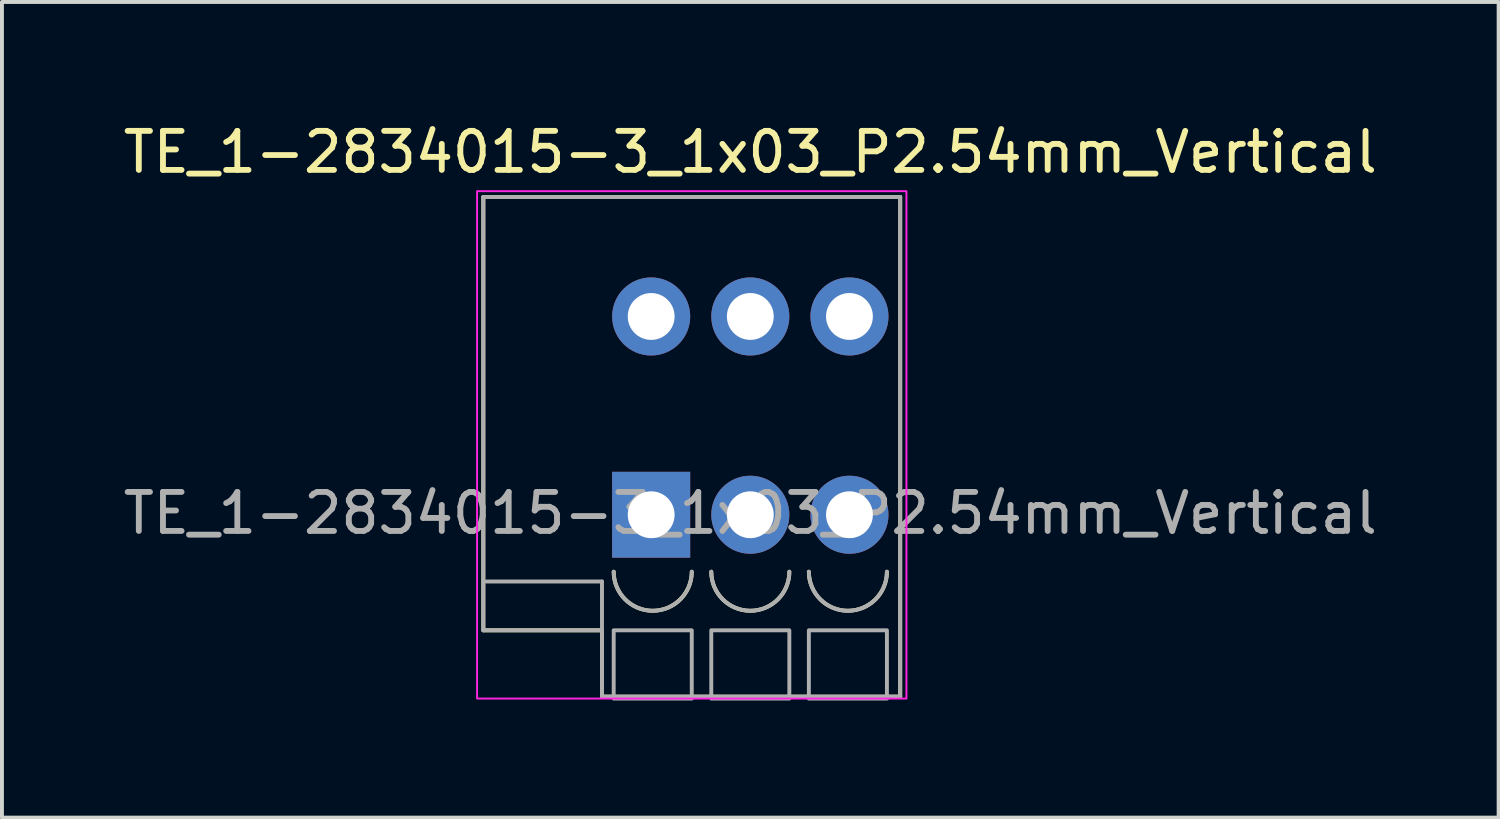
<source format=kicad_pcb>
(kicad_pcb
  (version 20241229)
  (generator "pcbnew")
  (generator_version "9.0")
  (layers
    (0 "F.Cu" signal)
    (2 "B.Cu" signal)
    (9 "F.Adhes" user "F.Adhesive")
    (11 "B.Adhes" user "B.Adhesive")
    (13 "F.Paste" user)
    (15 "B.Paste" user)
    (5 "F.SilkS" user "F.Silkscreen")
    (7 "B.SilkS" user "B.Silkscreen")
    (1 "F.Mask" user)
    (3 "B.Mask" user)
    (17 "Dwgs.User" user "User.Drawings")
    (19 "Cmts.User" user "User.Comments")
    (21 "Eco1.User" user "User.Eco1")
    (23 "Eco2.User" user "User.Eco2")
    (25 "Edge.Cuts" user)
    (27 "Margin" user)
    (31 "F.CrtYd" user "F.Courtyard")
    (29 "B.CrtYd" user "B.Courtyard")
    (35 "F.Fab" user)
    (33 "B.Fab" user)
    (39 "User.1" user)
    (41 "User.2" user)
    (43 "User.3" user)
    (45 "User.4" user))
  (footprint "TE_1-2834015-3_1x03_P2.54mm_Vertical"
    (layer "F.Cu")
    (at 16.173 7.598)
    (property "Reference" "TE_1-2834015-3_1x03_P2.54mm_Vertical" (at 0 -6.75 0) (unlocked yes) (layer "F.SilkS") (effects (font (size 1 1) (thickness 0.15))))
    (attr through_hole)
    (fp_line (start -6.84 -5.6) (end 3.84 -5.6) (stroke (width 0.1) (type default)) (layer "F.SilkS"))
    (fp_line (start -6.84 5.5) (end -6.84 -5.6) (stroke (width 0.1) (type default)) (layer "F.SilkS"))
    (fp_line (start -6.84 5.5) (end -3.8 5.5) (stroke (width 0.1) (type default)) (layer "F.SilkS"))
    (fp_line (start -3.8 5.5) (end -3.8 7.2) (stroke (width 0.1) (type default)) (layer "F.SilkS"))
    (fp_line (start -3.8 7.2) (end 3.84 7.2) (stroke (width 0.1) (type default)) (layer "F.SilkS"))
    (fp_line (start 3.84 7.2) (end 3.84 -5.6) (stroke (width 0.1) (type default)) (layer "F.SilkS"))
    (fp_arc (start -1.5 4) (mid -2.5 5) (end -3.5 4) (stroke (width 0.1) (type default)) (layer "F.SilkS"))
    (fp_arc (start 1 4) (mid 0 5) (end -1 4) (stroke (width 0.1) (type default)) (layer "F.SilkS"))
    (fp_arc (start 3.5 4) (mid 2.5 5) (end 1.5 4) (stroke (width 0.1) (type default)) (layer "F.SilkS"))
    (fp_rect (start -7 -5.75) (end 4 7.25) (stroke (width 0.05) (type default)) (fill no) (layer "F.CrtYd"))
    (fp_line (start -6.84 -5.6) (end 3.84 -5.6) (stroke (width 0.1) (type default)) (layer "F.Fab"))
    (fp_line (start -6.84 5.5) (end -6.84 -5.6) (stroke (width 0.1) (type default)) (layer "F.Fab"))
    (fp_line (start -6.84 5.5) (end -3.8 5.5) (stroke (width 0.1) (type default)) (layer "F.Fab"))
    (fp_line (start -6.77 4.25) (end -3.8 4.25) (stroke (width 0.1) (type default)) (layer "F.Fab"))
    (fp_line (start -3.8 4.25) (end -3.8 7.2) (stroke (width 0.1) (type default)) (layer "F.Fab"))
    (fp_line (start -3.8 7.2) (end 3.84 7.2) (stroke (width 0.1) (type default)) (layer "F.Fab"))
    (fp_line (start 3.84 7.2) (end 3.84 -5.6) (stroke (width 0.1) (type default)) (layer "F.Fab"))
    (fp_rect (start -3.5 5.5) (end -1.5 7.25) (stroke (width 0.1) (type default)) (fill no) (layer "F.Fab"))
    (fp_rect (start -1 5.5) (end 1 7.25) (stroke (width 0.1) (type default)) (fill no) (layer "F.Fab"))
    (fp_rect (start 1.5 5.5) (end 3.5 7.25) (stroke (width 0.1) (type default)) (fill no) (layer "F.Fab"))
    (fp_arc (start -1.5 4) (mid -2.5 5) (end -3.5 4) (stroke (width 0.1) (type default)) (layer "F.Fab"))
    (fp_arc (start 1 4) (mid 0 5) (end -1 4) (stroke (width 0.1) (type default)) (layer "F.Fab"))
    (fp_arc (start 3.5 4) (mid 2.5 5) (end 1.5 4) (stroke (width 0.1) (type default)) (layer "F.Fab"))
    (fp_text user "${REFERENCE}" (at 0 2.5 0) (unlocked yes) (layer "F.Fab") (effects (font (size 1 1) (thickness 0.15))))
    (pad "1" thru_hole circle (at -2.54 -2.54) (size 2 2) (drill 1.2) (layers "*.Cu" "*.Mask"))
    (pad "1" thru_hole rect (at -2.54 2.54) (size 2 2.2) (drill 1.2) (layers "*.Cu" "*.Mask"))
    (pad "2" thru_hole circle (at 0 -2.54) (size 2 2) (drill 1.2) (layers "*.Cu" "*.Mask"))
    (pad "2" thru_hole circle (at 0 2.54) (size 2 2) (drill 1.2) (layers "*.Cu" "*.Mask"))
    (pad "3" thru_hole circle (at 2.54 -2.54) (size 2 2) (drill 1.2) (layers "*.Cu" "*.Mask"))
    (pad "3" thru_hole circle (at 2.54 2.54) (size 2 2) (drill 1.2) (layers "*.Cu" "*.Mask")))
  (gr_rect
    (start -3 -3)
    (end 35.345 17.898)
    (stroke (width 0.1) (type default))
    (fill no)
    (layer "Edge.Cuts")))
</source>
